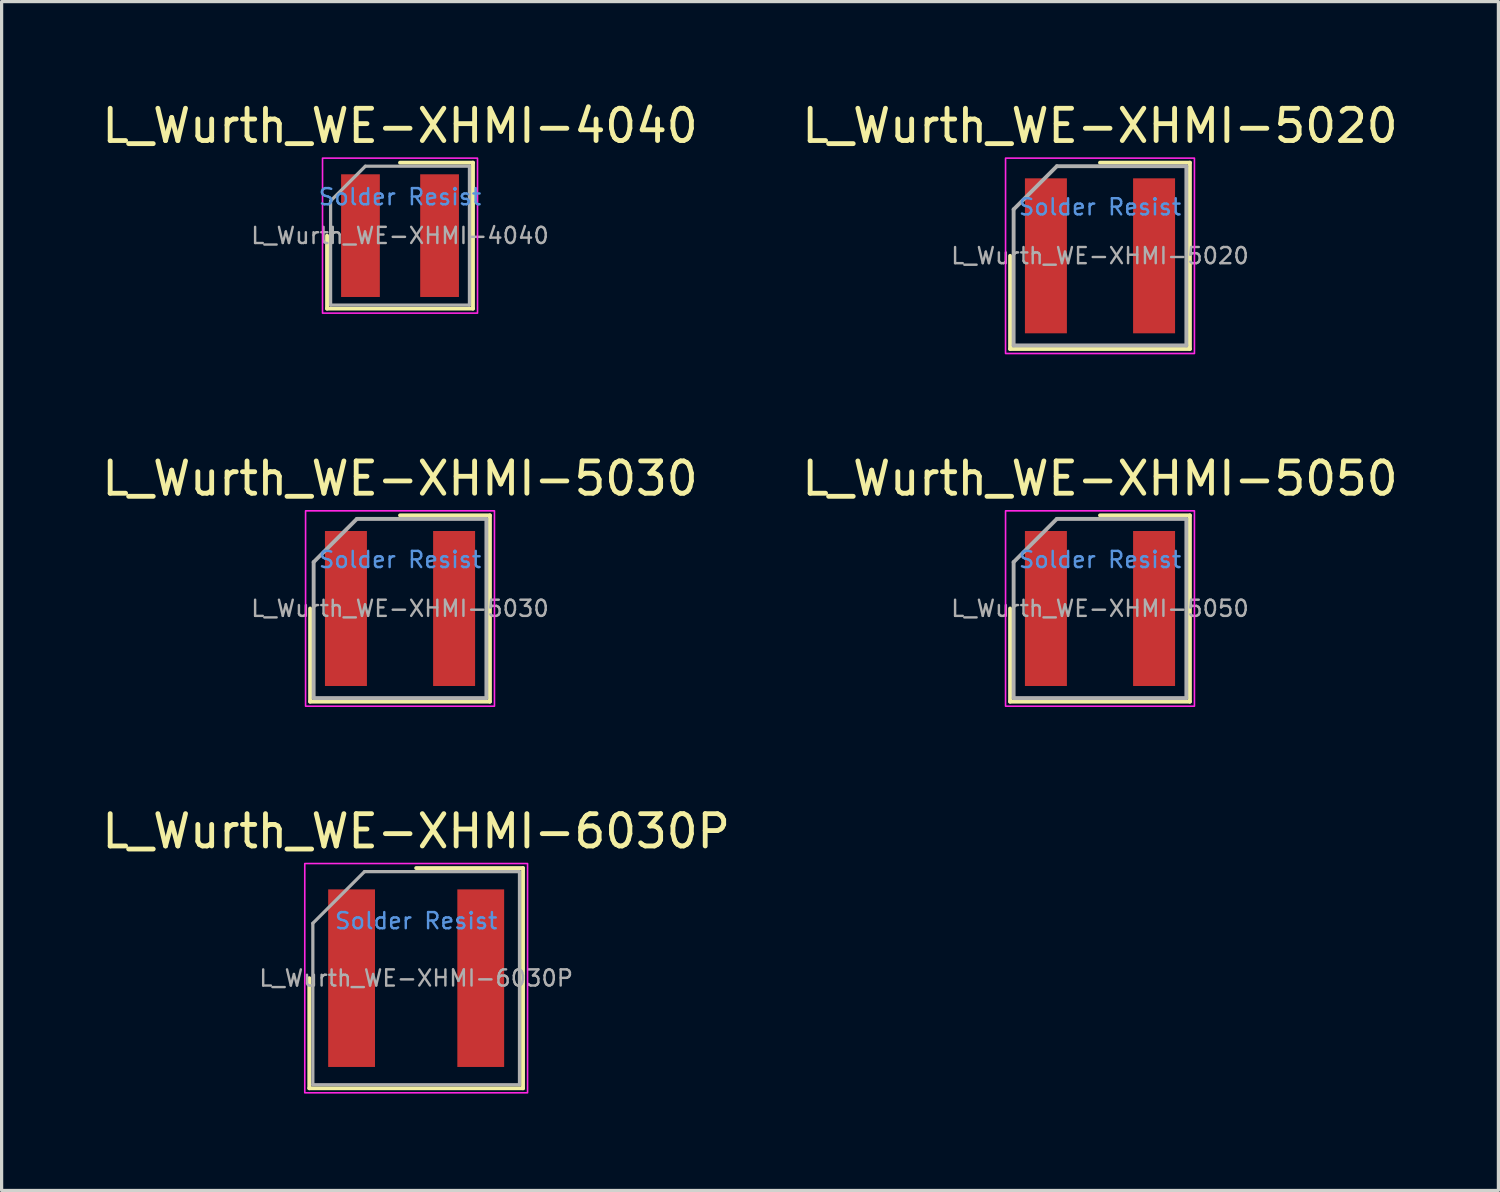
<source format=kicad_pcb>
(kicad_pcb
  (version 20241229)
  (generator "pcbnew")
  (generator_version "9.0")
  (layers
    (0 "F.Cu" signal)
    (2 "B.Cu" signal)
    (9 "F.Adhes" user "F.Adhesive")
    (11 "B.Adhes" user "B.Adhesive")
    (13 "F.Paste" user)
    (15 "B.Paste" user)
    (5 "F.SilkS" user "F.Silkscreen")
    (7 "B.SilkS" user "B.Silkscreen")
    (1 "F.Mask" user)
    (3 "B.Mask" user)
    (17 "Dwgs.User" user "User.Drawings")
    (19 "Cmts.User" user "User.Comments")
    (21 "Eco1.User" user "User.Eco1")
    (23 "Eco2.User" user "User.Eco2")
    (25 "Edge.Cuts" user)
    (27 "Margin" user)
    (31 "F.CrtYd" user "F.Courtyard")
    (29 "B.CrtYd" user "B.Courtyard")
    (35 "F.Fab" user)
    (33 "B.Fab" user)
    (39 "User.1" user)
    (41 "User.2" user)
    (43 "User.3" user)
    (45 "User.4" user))
  (footprint "L_Wurth_WE-XHMI-5030"
    (layer "F.Cu")
    (at 9.339 15.796)
    (property "Reference" "L_Wurth_WE-XHMI-5030" (at 0 -4.025 0) (unlocked yes) (layer "F.SilkS") (effects (font (size 1 1) (thickness 0.15))))
    (attr smd)
    (fp_line (start -2.785 2.885) (end -2.785 0) (stroke (width 0.12) (type solid)) (layer "F.SilkS"))
    (fp_line (start -2.785 2.885) (end 2.785 2.885) (stroke (width 0.12) (type solid)) (layer "F.SilkS"))
    (fp_line (start 0 -2.885) (end 2.785 -2.885) (stroke (width 0.12) (type solid)) (layer "F.SilkS"))
    (fp_line (start 2.785 -2.885) (end 2.785 2.885) (stroke (width 0.12) (type solid)) (layer "F.SilkS"))
    (fp_rect (start -2.925 -3.025) (end 2.925 3.025) (stroke (width 0.05) (type solid)) (fill no) (layer "F.CrtYd"))
    (fp_line (start -2.675 -1.438) (end -2.675 2.775) (stroke (width 0.12) (type solid)) (layer "F.Fab"))
    (fp_line (start -2.675 2.775) (end 2.675 2.775) (stroke (width 0.12) (type solid)) (layer "F.Fab"))
    (fp_line (start -1.337 -2.775) (end -2.675 -1.438) (stroke (width 0.12) (type solid)) (layer "F.Fab"))
    (fp_line (start 2.675 -2.775) (end -1.337 -2.775) (stroke (width 0.12) (type solid)) (layer "F.Fab"))
    (fp_line (start 2.675 2.775) (end 2.675 -2.775) (stroke (width 0.12) (type solid)) (layer "F.Fab"))
    (fp_text user "Solder Resist" (at 0 -1.512 0) (unlocked yes) (layer "Cmts.User") (effects (font (size 0.5 0.5) (thickness 0.075))))
    (fp_text user "${REFERENCE}" (at 0 0 0) (unlocked yes) (layer "F.Fab") (effects (font (size 0.5 0.5) (thickness 0.075))))
    (pad "1" smd rect (at -1.675 0) (size 1.3 4.8) (layers "F.Cu" "F.Mask" "F.Paste"))
    (pad "2" smd rect (at 1.675 0) (size 1.3 4.8) (layers "F.Cu" "F.Mask" "F.Paste"))
    (zone (net_name "") (layers "F.Cu" "Dwgs.User") (name "Solder Resist") (hatch full 0.1) (connect_pads) (min_thickness 0.25) (filled_areas_thickness no) (keepout (tracks not_allowed) (vias not_allowed) (pads not_allowed) (copperpour not_allowed) (footprints not_allowed)) (placement (enabled no)) (fill) (polygon (pts (xy 8.314 18.822) (xy 10.364 18.822) (xy 10.364 12.771) (xy 8.314 12.771)))))
  (footprint "L_Wurth_WE-XHMI-6030P"
    (layer "F.Cu")
    (at 9.839 27.245)
    (property "Reference" "L_Wurth_WE-XHMI-6030P" (at 0 -4.55 0) (unlocked yes) (layer "F.SilkS") (effects (font (size 1 1) (thickness 0.15))))
    (attr smd)
    (fp_line (start -3.31 3.41) (end -3.31 0) (stroke (width 0.12) (type solid)) (layer "F.SilkS"))
    (fp_line (start -3.31 3.41) (end 3.31 3.41) (stroke (width 0.12) (type solid)) (layer "F.SilkS"))
    (fp_line (start 0 -3.41) (end 3.31 -3.41) (stroke (width 0.12) (type solid)) (layer "F.SilkS"))
    (fp_line (start 3.31 -3.41) (end 3.31 3.41) (stroke (width 0.12) (type solid)) (layer "F.SilkS"))
    (fp_rect (start -3.45 -3.55) (end 3.45 3.55) (stroke (width 0.05) (type solid)) (fill no) (layer "F.CrtYd"))
    (fp_line (start -3.2 -1.7) (end -3.2 3.3) (stroke (width 0.1) (type solid)) (layer "F.Fab"))
    (fp_line (start -3.2 3.3) (end 3.2 3.3) (stroke (width 0.1) (type solid)) (layer "F.Fab"))
    (fp_line (start -1.6 -3.3) (end -3.2 -1.7) (stroke (width 0.1) (type solid)) (layer "F.Fab"))
    (fp_line (start 3.2 -3.3) (end -1.6 -3.3) (stroke (width 0.1) (type solid)) (layer "F.Fab"))
    (fp_line (start 3.2 3.3) (end 3.2 -3.3) (stroke (width 0.1) (type solid)) (layer "F.Fab"))
    (fp_text user "Solder Resist" (at 0 -1.775 0) (unlocked yes) (layer "Cmts.User") (effects (font (size 0.5 0.5) (thickness 0.075))))
    (fp_text user "${REFERENCE}" (at 0 0 0) (unlocked yes) (layer "F.Fab") (effects (font (size 0.5 0.5) (thickness 0.075))))
    (pad "1" smd rect (at -2 0) (size 1.45 5.5) (layers "F.Cu" "F.Mask" "F.Paste"))
    (pad "2" smd rect (at 2 0) (size 1.45 5.5) (layers "F.Cu" "F.Mask" "F.Paste"))
    (zone (net_name "") (layers "F.Cu" "Dwgs.User") (name "Solder Resist") (hatch full 0.1) (connect_pads) (min_thickness 0.25) (filled_areas_thickness no) (keepout (tracks not_allowed) (vias not_allowed) (pads not_allowed) (copperpour not_allowed) (footprints not_allowed)) (placement (enabled no)) (fill) (polygon (pts (xy 8.564 30.795) (xy 11.114 30.795) (xy 11.114 23.695) (xy 8.564 23.695)))))
  (footprint "L_Wurth_WE-XHMI-4040"
    (layer "F.Cu")
    (at 9.339 4.248)
    (property "Reference" "L_Wurth_WE-XHMI-4040" (at 0 -3.4 0) (unlocked yes) (layer "F.SilkS") (effects (font (size 1 1) (thickness 0.15))))
    (attr smd)
    (fp_line (start -2.26 2.26) (end -2.26 0) (stroke (width 0.12) (type solid)) (layer "F.SilkS"))
    (fp_line (start -2.26 2.26) (end 2.26 2.26) (stroke (width 0.12) (type solid)) (layer "F.SilkS"))
    (fp_line (start 0 -2.26) (end 2.26 -2.26) (stroke (width 0.12) (type solid)) (layer "F.SilkS"))
    (fp_line (start 2.26 -2.26) (end 2.26 2.26) (stroke (width 0.12) (type solid)) (layer "F.SilkS"))
    (fp_rect (start -2.4 -2.4) (end 2.4 2.4) (stroke (width 0.05) (type solid)) (fill no) (layer "F.CrtYd"))
    (fp_line (start -2.15 -1.075) (end -2.15 2.15) (stroke (width 0.1) (type solid)) (layer "F.Fab"))
    (fp_line (start -2.15 2.15) (end 2.15 2.15) (stroke (width 0.1) (type solid)) (layer "F.Fab"))
    (fp_line (start -1.075 -2.15) (end -2.15 -1.075) (stroke (width 0.1) (type solid)) (layer "F.Fab"))
    (fp_line (start 2.15 -2.15) (end -1.075 -2.15) (stroke (width 0.1) (type solid)) (layer "F.Fab"))
    (fp_line (start 2.15 2.15) (end 2.15 -2.15) (stroke (width 0.1) (type solid)) (layer "F.Fab"))
    (fp_text user "Solder Resist" (at 0 -1.2 0) (unlocked yes) (layer "Cmts.User") (effects (font (size 0.5 0.5) (thickness 0.075))))
    (fp_text user "${REFERENCE}" (at 0 0 0) (unlocked yes) (layer "F.Fab") (effects (font (size 0.5 0.5) (thickness 0.075))))
    (pad "1" smd rect (at -1.225 0) (size 1.2 3.8) (layers "F.Cu" "F.Mask" "F.Paste"))
    (pad "2" smd rect (at 1.225 0) (size 1.2 3.8) (layers "F.Cu" "F.Mask" "F.Paste"))
    (zone (net_name "") (layers "F.Cu" "Dwgs.User") (name "Solder Resist") (hatch full 0.1) (connect_pads) (min_thickness 0.25) (filled_areas_thickness no) (keepout (tracks not_allowed) (vias not_allowed) (pads not_allowed) (copperpour not_allowed) (footprints not_allowed)) (placement (enabled no)) (fill) (polygon (pts (xy 8.714 6.648) (xy 9.964 6.648) (xy 9.964 1.848) (xy 8.714 1.848)))))
  (footprint "L_Wurth_WE-XHMI-5050"
    (layer "F.Cu")
    (at 31.018 15.796)
    (property "Reference" "L_Wurth_WE-XHMI-5050" (at 0 -4.025 0) (unlocked yes) (layer "F.SilkS") (effects (font (size 1 1) (thickness 0.15))))
    (attr smd)
    (fp_line (start -2.785 2.885) (end -2.785 0) (stroke (width 0.12) (type solid)) (layer "F.SilkS"))
    (fp_line (start -2.785 2.885) (end 2.785 2.885) (stroke (width 0.12) (type solid)) (layer "F.SilkS"))
    (fp_line (start 0 -2.885) (end 2.785 -2.885) (stroke (width 0.12) (type solid)) (layer "F.SilkS"))
    (fp_line (start 2.785 -2.885) (end 2.785 2.885) (stroke (width 0.12) (type solid)) (layer "F.SilkS"))
    (fp_rect (start -2.925 -3.025) (end 2.925 3.025) (stroke (width 0.05) (type solid)) (fill no) (layer "F.CrtYd"))
    (fp_line (start -2.675 -1.438) (end -2.675 2.775) (stroke (width 0.12) (type solid)) (layer "F.Fab"))
    (fp_line (start -2.675 2.775) (end 2.675 2.775) (stroke (width 0.12) (type solid)) (layer "F.Fab"))
    (fp_line (start -1.337 -2.775) (end -2.675 -1.438) (stroke (width 0.12) (type solid)) (layer "F.Fab"))
    (fp_line (start 2.675 -2.775) (end -1.337 -2.775) (stroke (width 0.12) (type solid)) (layer "F.Fab"))
    (fp_line (start 2.675 2.775) (end 2.675 -2.775) (stroke (width 0.12) (type solid)) (layer "F.Fab"))
    (fp_text user "Solder Resist" (at 0 -1.512 0) (unlocked yes) (layer "Cmts.User") (effects (font (size 0.5 0.5) (thickness 0.075))))
    (fp_text user "${REFERENCE}" (at 0 0 0) (unlocked yes) (layer "F.Fab") (effects (font (size 0.5 0.5) (thickness 0.075))))
    (pad "1" smd rect (at -1.675 0) (size 1.3 4.8) (layers "F.Cu" "F.Mask" "F.Paste"))
    (pad "2" smd rect (at 1.675 0) (size 1.3 4.8) (layers "F.Cu" "F.Mask" "F.Paste"))
    (zone (net_name "") (layers "F.Cu" "Dwgs.User") (name "Solder Resist") (hatch full 0.1) (connect_pads) (min_thickness 0.25) (filled_areas_thickness no) (keepout (tracks not_allowed) (vias not_allowed) (pads not_allowed) (copperpour not_allowed) (footprints not_allowed)) (placement (enabled no)) (fill) (polygon (pts (xy 29.993 18.822) (xy 32.043 18.822) (xy 32.043 12.771) (xy 29.993 12.771)))))
  (footprint "L_Wurth_WE-XHMI-5020"
    (layer "F.Cu")
    (at 31.018 4.873)
    (property "Reference" "L_Wurth_WE-XHMI-5020" (at 0 -4.025 0) (unlocked yes) (layer "F.SilkS") (effects (font (size 1 1) (thickness 0.15))))
    (attr smd)
    (fp_line (start -2.785 2.885) (end -2.785 0) (stroke (width 0.12) (type solid)) (layer "F.SilkS"))
    (fp_line (start -2.785 2.885) (end 2.785 2.885) (stroke (width 0.12) (type solid)) (layer "F.SilkS"))
    (fp_line (start 0 -2.885) (end 2.785 -2.885) (stroke (width 0.12) (type solid)) (layer "F.SilkS"))
    (fp_line (start 2.785 -2.885) (end 2.785 2.885) (stroke (width 0.12) (type solid)) (layer "F.SilkS"))
    (fp_rect (start -2.925 -3.025) (end 2.925 3.025) (stroke (width 0.05) (type solid)) (fill no) (layer "F.CrtYd"))
    (fp_line (start -2.675 -1.438) (end -2.675 2.775) (stroke (width 0.12) (type solid)) (layer "F.Fab"))
    (fp_line (start -2.675 2.775) (end 2.675 2.775) (stroke (width 0.12) (type solid)) (layer "F.Fab"))
    (fp_line (start -1.337 -2.775) (end -2.675 -1.438) (stroke (width 0.12) (type solid)) (layer "F.Fab"))
    (fp_line (start 2.675 -2.775) (end -1.337 -2.775) (stroke (width 0.12) (type solid)) (layer "F.Fab"))
    (fp_line (start 2.675 2.775) (end 2.675 -2.775) (stroke (width 0.12) (type solid)) (layer "F.Fab"))
    (fp_text user "Solder Resist" (at 0 -1.512 0) (unlocked yes) (layer "Cmts.User") (effects (font (size 0.5 0.5) (thickness 0.075))))
    (fp_text user "${REFERENCE}" (at 0 0 0) (unlocked yes) (layer "F.Fab") (effects (font (size 0.5 0.5) (thickness 0.075))))
    (pad "1" smd rect (at -1.675 0) (size 1.3 4.8) (layers "F.Cu" "F.Mask" "F.Paste"))
    (pad "2" smd rect (at 1.675 0) (size 1.3 4.8) (layers "F.Cu" "F.Mask" "F.Paste"))
    (zone (net_name "") (layers "F.Cu" "Dwgs.User") (name "Solder Resist") (hatch full 0.1) (connect_pads) (min_thickness 0.25) (filled_areas_thickness no) (keepout (tracks not_allowed) (vias not_allowed) (pads not_allowed) (copperpour not_allowed) (footprints not_allowed)) (placement (enabled no)) (fill) (polygon (pts (xy 29.993 7.898) (xy 32.043 7.898) (xy 32.043 1.848) (xy 29.993 1.848)))))
  (gr_rect
    (start -3 -3)
    (end 43.357 33.82)
    (stroke (width 0.1) (type default))
    (fill no)
    (layer "Edge.Cuts")))
</source>
